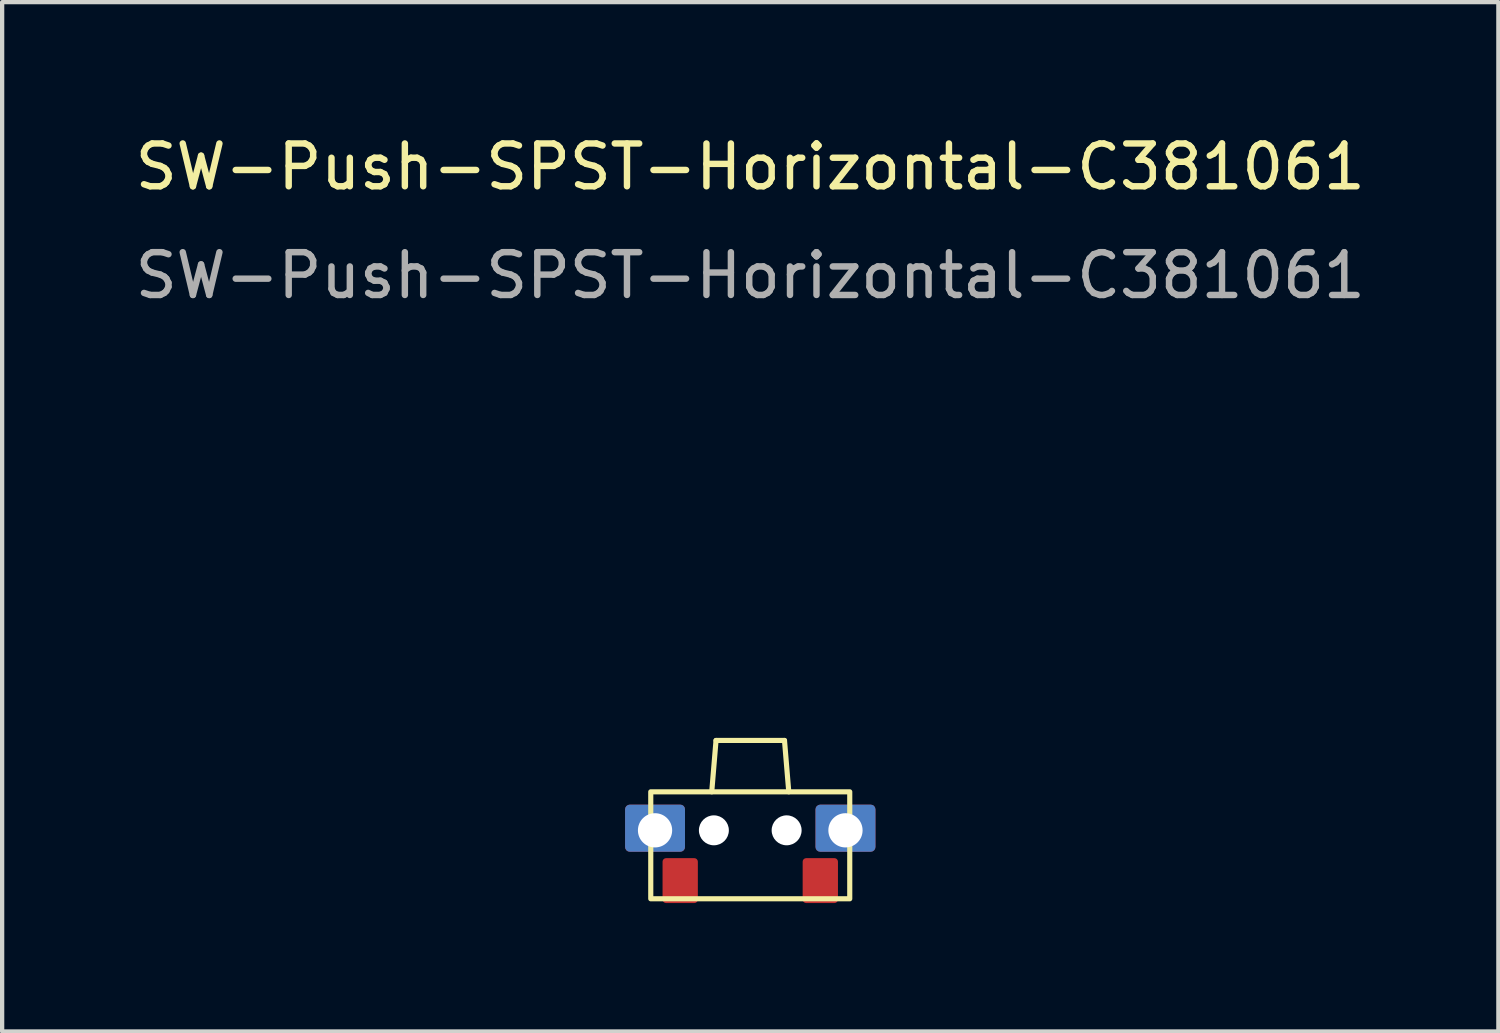
<source format=kicad_pcb>
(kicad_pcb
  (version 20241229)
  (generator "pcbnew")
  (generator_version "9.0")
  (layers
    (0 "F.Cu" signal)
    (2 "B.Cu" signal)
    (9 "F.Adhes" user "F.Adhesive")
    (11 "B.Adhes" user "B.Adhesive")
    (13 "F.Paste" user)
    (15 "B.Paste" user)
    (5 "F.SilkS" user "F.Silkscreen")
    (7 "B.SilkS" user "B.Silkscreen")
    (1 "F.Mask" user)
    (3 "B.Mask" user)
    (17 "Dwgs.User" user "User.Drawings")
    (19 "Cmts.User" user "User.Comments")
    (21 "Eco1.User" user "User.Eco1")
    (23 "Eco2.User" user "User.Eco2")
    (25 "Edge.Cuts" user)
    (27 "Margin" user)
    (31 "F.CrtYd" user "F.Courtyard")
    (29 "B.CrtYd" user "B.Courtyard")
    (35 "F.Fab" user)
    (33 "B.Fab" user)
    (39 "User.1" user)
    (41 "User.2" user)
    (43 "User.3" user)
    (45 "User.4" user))
  (footprint "SW-Push-SPST-Horizontal-C381061"
    (layer "F.Cu")
    (at 14.482 15.453)
    (property "Reference" "SW-Push-SPST-Horizontal-C381061" (at 0 -14.605 0) (unlocked yes) (layer "F.SilkS") (effects (font (size 1 1) (thickness 0.15))))
    (attr smd)
    (fp_line (start -0.9 0) (end -0.8 -1.2) (stroke (width 0.12) (type default)) (layer "F.SilkS"))
    (fp_line (start -0.8 -1.2) (end 0.8 -1.2) (stroke (width 0.12) (type default)) (layer "F.SilkS"))
    (fp_line (start 0.8 -1.2) (end 0.9 0) (stroke (width 0.12) (type default)) (layer "F.SilkS"))
    (fp_rect (start -2.325 0) (end 2.325 2.5) (stroke (width 0.12) (type default)) (fill no) (layer "F.SilkS"))
    (fp_text user "${REFERENCE}" (at 0 -12.065 0) (unlocked yes) (layer "F.Fab") (effects (font (size 1 1) (thickness 0.15))))
    (pad "" np_thru_hole circle (at -0.85 0.9) (size 0.7 0.7) (drill 0.7) (layers "*.Cu" "*.Mask"))
    (pad "" np_thru_hole circle (at 0.85 0.9) (size 0.7 0.7) (drill 0.7) (layers "*.Cu" "*.Mask"))
    (pad "1" smd roundrect (at 1.637 2.075) (size 0.825 1.05) (layers "F.Cu" "F.Mask" "F.Paste") (roundrect_rratio 0.1))
    (pad "2" smd roundrect (at -1.637 2.075) (size 0.825 1.05) (layers "F.Cu" "F.Mask" "F.Paste") (roundrect_rratio 0.1))
    (pad "SH" thru_hole roundrect (at -2.225 0.9) (size 1.4 1.1) (drill 0.8 (offset 0 -0.05)) (layers "*.Cu" "*.Mask") (roundrect_rratio 0.1))
    (pad "SH" thru_hole roundrect (at 2.225 0.9) (size 1.4 1.1) (drill 0.8 (offset 0 -0.05)) (layers "*.Cu" "*.Mask") (roundrect_rratio 0.1)))
  (gr_rect
    (start -3 -3)
    (end 31.964 21.053)
    (stroke (width 0.1) (type default))
    (fill no)
    (layer "Edge.Cuts")))
</source>
